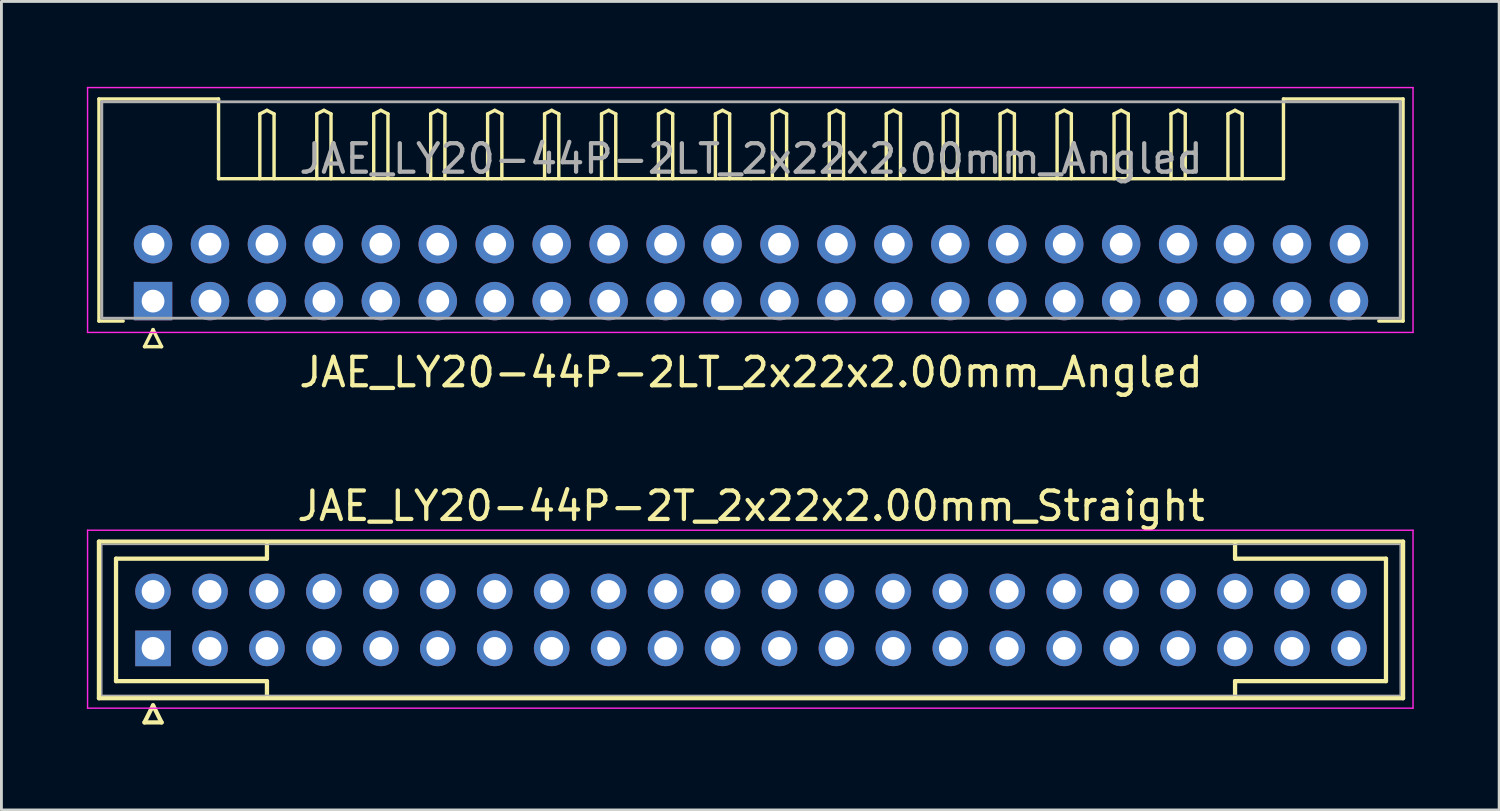
<source format=kicad_pcb>
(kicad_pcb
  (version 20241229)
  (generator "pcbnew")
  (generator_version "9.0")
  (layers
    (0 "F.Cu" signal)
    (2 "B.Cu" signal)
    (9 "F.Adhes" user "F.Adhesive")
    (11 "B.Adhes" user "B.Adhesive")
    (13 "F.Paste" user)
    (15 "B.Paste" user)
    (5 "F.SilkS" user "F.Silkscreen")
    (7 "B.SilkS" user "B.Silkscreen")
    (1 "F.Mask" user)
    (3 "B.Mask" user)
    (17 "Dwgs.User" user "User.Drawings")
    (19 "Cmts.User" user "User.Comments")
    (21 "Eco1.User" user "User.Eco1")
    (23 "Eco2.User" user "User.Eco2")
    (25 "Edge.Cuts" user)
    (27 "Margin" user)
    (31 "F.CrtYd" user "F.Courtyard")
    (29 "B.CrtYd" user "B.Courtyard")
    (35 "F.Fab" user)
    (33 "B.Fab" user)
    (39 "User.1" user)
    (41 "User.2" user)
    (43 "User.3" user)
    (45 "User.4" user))
  (footprint "JAE_LY20-44P-2T_2x22x2.00mm_Straight"
    (layer "F.Cu")
    (at 2.325 19.721)
    (property "Reference" "JAE_LY20-44P-2T_2x22x2.00mm_Straight" (at 21 -5 0) (layer "F.SilkS") (effects (font (size 1 1) (thickness 0.15))))
    (attr through_hole)
    (fp_line (start -1.9 -3.75) (end -1.9 1.75) (stroke (width 0.15) (type solid)) (layer "F.SilkS"))
    (fp_line (start -1.9 1.75) (end 43.9 1.75) (stroke (width 0.15) (type solid)) (layer "F.SilkS"))
    (fp_line (start -1.3 -3.15) (end 4 -3.15) (stroke (width 0.15) (type solid)) (layer "F.SilkS"))
    (fp_line (start -1.3 1.15) (end -1.3 -3.15) (stroke (width 0.15) (type solid)) (layer "F.SilkS"))
    (fp_line (start -0.3 2.6) (end 0.3 2.6) (stroke (width 0.15) (type solid)) (layer "F.SilkS"))
    (fp_line (start 0 2) (end -0.3 2.6) (stroke (width 0.15) (type solid)) (layer "F.SilkS"))
    (fp_line (start 0.3 2.6) (end 0 2) (stroke (width 0.15) (type solid)) (layer "F.SilkS"))
    (fp_line (start 4 -3.15) (end 4 -3.65) (stroke (width 0.15) (type solid)) (layer "F.SilkS"))
    (fp_line (start 4 1.15) (end -1.3 1.15) (stroke (width 0.15) (type solid)) (layer "F.SilkS"))
    (fp_line (start 4 1.65) (end 4 1.15) (stroke (width 0.15) (type solid)) (layer "F.SilkS"))
    (fp_line (start 38 -3.15) (end 38 -3.65) (stroke (width 0.15) (type solid)) (layer "F.SilkS"))
    (fp_line (start 38 1.15) (end 43.3 1.15) (stroke (width 0.15) (type solid)) (layer "F.SilkS"))
    (fp_line (start 38 1.65) (end 38 1.15) (stroke (width 0.15) (type solid)) (layer "F.SilkS"))
    (fp_line (start 43.3 -3.15) (end 38 -3.15) (stroke (width 0.15) (type solid)) (layer "F.SilkS"))
    (fp_line (start 43.3 1.15) (end 43.3 -3.15) (stroke (width 0.15) (type solid)) (layer "F.SilkS"))
    (fp_line (start 43.9 -3.75) (end -1.9 -3.75) (stroke (width 0.15) (type solid)) (layer "F.SilkS"))
    (fp_line (start 43.9 1.75) (end 43.9 -3.75) (stroke (width 0.15) (type solid)) (layer "F.SilkS"))
    (fp_line (start -2.3 -4.15) (end -2.3 2.1) (stroke (width 0.05) (type solid)) (layer "F.CrtYd"))
    (fp_line (start -2.3 2.1) (end 44.25 2.1) (stroke (width 0.05) (type solid)) (layer "F.CrtYd"))
    (fp_line (start 44.25 -4.15) (end -2.3 -4.15) (stroke (width 0.05) (type solid)) (layer "F.CrtYd"))
    (fp_line (start 44.25 2.1) (end 44.25 -4.15) (stroke (width 0.05) (type solid)) (layer "F.CrtYd"))
    (fp_line (start -1.8 -3.65) (end -1.8 1.65) (stroke (width 0.05) (type solid)) (layer "F.Fab"))
    (fp_line (start -1.8 1.65) (end 43.8 1.65) (stroke (width 0.05) (type solid)) (layer "F.Fab"))
    (fp_line (start 43.8 -3.65) (end -1.8 -3.65) (stroke (width 0.05) (type solid)) (layer "F.Fab"))
    (fp_line (start 43.8 1.65) (end 43.8 -3.65) (stroke (width 0.05) (type solid)) (layer "F.Fab"))
    (pad "1" thru_hole rect (at 0 0) (size 1.25 1.25) (drill 0.8) (layers "*.Cu" "*.Mask"))
    (pad "2" thru_hole circle (at 2 0) (size 1.25 1.25) (drill 0.8) (layers "*.Cu" "*.Mask"))
    (pad "3" thru_hole circle (at 4 0) (size 1.25 1.25) (drill 0.8) (layers "*.Cu" "*.Mask"))
    (pad "4" thru_hole circle (at 6 0) (size 1.25 1.25) (drill 0.8) (layers "*.Cu" "*.Mask"))
    (pad "5" thru_hole circle (at 8 0) (size 1.25 1.25) (drill 0.8) (layers "*.Cu" "*.Mask"))
    (pad "6" thru_hole circle (at 10 0) (size 1.25 1.25) (drill 0.8) (layers "*.Cu" "*.Mask"))
    (pad "7" thru_hole circle (at 12 0) (size 1.25 1.25) (drill 0.8) (layers "*.Cu" "*.Mask"))
    (pad "8" thru_hole circle (at 14 0) (size 1.25 1.25) (drill 0.8) (layers "*.Cu" "*.Mask"))
    (pad "9" thru_hole circle (at 16 0) (size 1.25 1.25) (drill 0.8) (layers "*.Cu" "*.Mask"))
    (pad "10" thru_hole circle (at 18 0) (size 1.25 1.25) (drill 0.8) (layers "*.Cu" "*.Mask"))
    (pad "11" thru_hole circle (at 20 0) (size 1.25 1.25) (drill 0.8) (layers "*.Cu" "*.Mask"))
    (pad "12" thru_hole circle (at 22 0) (size 1.25 1.25) (drill 0.8) (layers "*.Cu" "*.Mask"))
    (pad "13" thru_hole circle (at 24 0) (size 1.25 1.25) (drill 0.8) (layers "*.Cu" "*.Mask"))
    (pad "14" thru_hole circle (at 26 0) (size 1.25 1.25) (drill 0.8) (layers "*.Cu" "*.Mask"))
    (pad "15" thru_hole circle (at 28 0) (size 1.25 1.25) (drill 0.8) (layers "*.Cu" "*.Mask"))
    (pad "16" thru_hole circle (at 30 0) (size 1.25 1.25) (drill 0.8) (layers "*.Cu" "*.Mask"))
    (pad "17" thru_hole circle (at 32 0) (size 1.25 1.25) (drill 0.8) (layers "*.Cu" "*.Mask"))
    (pad "18" thru_hole circle (at 34 0) (size 1.25 1.25) (drill 0.8) (layers "*.Cu" "*.Mask"))
    (pad "19" thru_hole circle (at 36 0) (size 1.25 1.25) (drill 0.8) (layers "*.Cu" "*.Mask"))
    (pad "20" thru_hole circle (at 38 0) (size 1.25 1.25) (drill 0.8) (layers "*.Cu" "*.Mask"))
    (pad "21" thru_hole circle (at 40 0) (size 1.25 1.25) (drill 0.8) (layers "*.Cu" "*.Mask"))
    (pad "22" thru_hole circle (at 42 0) (size 1.25 1.25) (drill 0.8) (layers "*.Cu" "*.Mask"))
    (pad "23" thru_hole circle (at 0 -2) (size 1.25 1.25) (drill 0.8) (layers "*.Cu" "*.Mask"))
    (pad "24" thru_hole circle (at 2 -2) (size 1.25 1.25) (drill 0.8) (layers "*.Cu" "*.Mask"))
    (pad "25" thru_hole circle (at 4 -2) (size 1.25 1.25) (drill 0.8) (layers "*.Cu" "*.Mask"))
    (pad "26" thru_hole circle (at 6 -2) (size 1.25 1.25) (drill 0.8) (layers "*.Cu" "*.Mask"))
    (pad "27" thru_hole circle (at 8 -2) (size 1.25 1.25) (drill 0.8) (layers "*.Cu" "*.Mask"))
    (pad "28" thru_hole circle (at 10 -2) (size 1.25 1.25) (drill 0.8) (layers "*.Cu" "*.Mask"))
    (pad "29" thru_hole circle (at 12 -2) (size 1.25 1.25) (drill 0.8) (layers "*.Cu" "*.Mask"))
    (pad "30" thru_hole circle (at 14 -2) (size 1.25 1.25) (drill 0.8) (layers "*.Cu" "*.Mask"))
    (pad "31" thru_hole circle (at 16 -2) (size 1.25 1.25) (drill 0.8) (layers "*.Cu" "*.Mask"))
    (pad "32" thru_hole circle (at 18 -2) (size 1.25 1.25) (drill 0.8) (layers "*.Cu" "*.Mask"))
    (pad "33" thru_hole circle (at 20 -2) (size 1.25 1.25) (drill 0.8) (layers "*.Cu" "*.Mask"))
    (pad "34" thru_hole circle (at 22 -2) (size 1.25 1.25) (drill 0.8) (layers "*.Cu" "*.Mask"))
    (pad "35" thru_hole circle (at 24 -2) (size 1.25 1.25) (drill 0.8) (layers "*.Cu" "*.Mask"))
    (pad "36" thru_hole circle (at 26 -2) (size 1.25 1.25) (drill 0.8) (layers "*.Cu" "*.Mask"))
    (pad "37" thru_hole circle (at 28 -2) (size 1.25 1.25) (drill 0.8) (layers "*.Cu" "*.Mask"))
    (pad "38" thru_hole circle (at 30 -2) (size 1.25 1.25) (drill 0.8) (layers "*.Cu" "*.Mask"))
    (pad "39" thru_hole circle (at 32 -2) (size 1.25 1.25) (drill 0.8) (layers "*.Cu" "*.Mask"))
    (pad "40" thru_hole circle (at 34 -2) (size 1.25 1.25) (drill 0.8) (layers "*.Cu" "*.Mask"))
    (pad "41" thru_hole circle (at 36 -2) (size 1.25 1.25) (drill 0.8) (layers "*.Cu" "*.Mask"))
    (pad "42" thru_hole circle (at 38 -2) (size 1.25 1.25) (drill 0.8) (layers "*.Cu" "*.Mask"))
    (pad "43" thru_hole circle (at 40 -2) (size 1.25 1.25) (drill 0.8) (layers "*.Cu" "*.Mask"))
    (pad "44" thru_hole circle (at 42 -2) (size 1.25 1.25) (drill 0.8) (layers "*.Cu" "*.Mask")))
  (footprint "JAE_LY20-44P-2LT_2x22x2.00mm_Angled"
    (layer "F.Cu")
    (at 2.325 7.525)
    (property "Reference" "JAE_LY20-44P-2LT_2x22x2.00mm_Angled" (at 21 2.5 0) (layer "F.SilkS") (effects (font (size 1 1) (thickness 0.15))))
    (attr through_hole)
    (fp_line (start -1.9 -7.1) (end 2.3 -7.1) (stroke (width 0.12) (type solid)) (layer "F.SilkS"))
    (fp_line (start -1.9 0.7) (end -1.9 -7.1) (stroke (width 0.12) (type solid)) (layer "F.SilkS"))
    (fp_line (start -1.05 0.7) (end -1.9 0.7) (stroke (width 0.12) (type solid)) (layer "F.SilkS"))
    (fp_line (start -0.3 1.6) (end 0.3 1.6) (stroke (width 0.12) (type solid)) (layer "F.SilkS"))
    (fp_line (start 0 1) (end -0.3 1.6) (stroke (width 0.12) (type solid)) (layer "F.SilkS"))
    (fp_line (start 0.3 1.6) (end 0 1) (stroke (width 0.12) (type solid)) (layer "F.SilkS"))
    (fp_line (start 2.3 -7.1) (end 2.3 -4.3) (stroke (width 0.12) (type solid)) (layer "F.SilkS"))
    (fp_line (start 2.3 -4.3) (end 21 -4.3) (stroke (width 0.12) (type solid)) (layer "F.SilkS"))
    (fp_line (start 3.75 -6.575) (end 4 -6.7) (stroke (width 0.12) (type solid)) (layer "F.SilkS"))
    (fp_line (start 3.75 -4.3) (end 3.75 -6.575) (stroke (width 0.12) (type solid)) (layer "F.SilkS"))
    (fp_line (start 4 -6.7) (end 4.25 -6.575) (stroke (width 0.12) (type solid)) (layer "F.SilkS"))
    (fp_line (start 4.25 -6.575) (end 4.25 -4.3) (stroke (width 0.12) (type solid)) (layer "F.SilkS"))
    (fp_line (start 5.75 -6.575) (end 6 -6.7) (stroke (width 0.12) (type solid)) (layer "F.SilkS"))
    (fp_line (start 5.75 -4.3) (end 5.75 -6.575) (stroke (width 0.12) (type solid)) (layer "F.SilkS"))
    (fp_line (start 6 -6.7) (end 6.25 -6.575) (stroke (width 0.12) (type solid)) (layer "F.SilkS"))
    (fp_line (start 6.25 -6.575) (end 6.25 -4.3) (stroke (width 0.12) (type solid)) (layer "F.SilkS"))
    (fp_line (start 7.75 -6.575) (end 8 -6.7) (stroke (width 0.12) (type solid)) (layer "F.SilkS"))
    (fp_line (start 7.75 -4.3) (end 7.75 -6.575) (stroke (width 0.12) (type solid)) (layer "F.SilkS"))
    (fp_line (start 8 -6.7) (end 8.25 -6.575) (stroke (width 0.12) (type solid)) (layer "F.SilkS"))
    (fp_line (start 8.25 -6.575) (end 8.25 -4.3) (stroke (width 0.12) (type solid)) (layer "F.SilkS"))
    (fp_line (start 9.75 -6.575) (end 10 -6.7) (stroke (width 0.12) (type solid)) (layer "F.SilkS"))
    (fp_line (start 9.75 -4.3) (end 9.75 -6.575) (stroke (width 0.12) (type solid)) (layer "F.SilkS"))
    (fp_line (start 10 -6.7) (end 10.25 -6.575) (stroke (width 0.12) (type solid)) (layer "F.SilkS"))
    (fp_line (start 10.25 -6.575) (end 10.25 -4.3) (stroke (width 0.12) (type solid)) (layer "F.SilkS"))
    (fp_line (start 11.75 -6.575) (end 12 -6.7) (stroke (width 0.12) (type solid)) (layer "F.SilkS"))
    (fp_line (start 11.75 -4.3) (end 11.75 -6.575) (stroke (width 0.12) (type solid)) (layer "F.SilkS"))
    (fp_line (start 12 -6.7) (end 12.25 -6.575) (stroke (width 0.12) (type solid)) (layer "F.SilkS"))
    (fp_line (start 12.25 -6.575) (end 12.25 -4.3) (stroke (width 0.12) (type solid)) (layer "F.SilkS"))
    (fp_line (start 13.75 -6.575) (end 14 -6.7) (stroke (width 0.12) (type solid)) (layer "F.SilkS"))
    (fp_line (start 13.75 -4.3) (end 13.75 -6.575) (stroke (width 0.12) (type solid)) (layer "F.SilkS"))
    (fp_line (start 14 -6.7) (end 14.25 -6.575) (stroke (width 0.12) (type solid)) (layer "F.SilkS"))
    (fp_line (start 14.25 -6.575) (end 14.25 -4.3) (stroke (width 0.12) (type solid)) (layer "F.SilkS"))
    (fp_line (start 15.75 -6.575) (end 16 -6.7) (stroke (width 0.12) (type solid)) (layer "F.SilkS"))
    (fp_line (start 15.75 -4.3) (end 15.75 -6.575) (stroke (width 0.12) (type solid)) (layer "F.SilkS"))
    (fp_line (start 16 -6.7) (end 16.25 -6.575) (stroke (width 0.12) (type solid)) (layer "F.SilkS"))
    (fp_line (start 16.25 -6.575) (end 16.25 -4.3) (stroke (width 0.12) (type solid)) (layer "F.SilkS"))
    (fp_line (start 17.75 -6.575) (end 18 -6.7) (stroke (width 0.12) (type solid)) (layer "F.SilkS"))
    (fp_line (start 17.75 -4.3) (end 17.75 -6.575) (stroke (width 0.12) (type solid)) (layer "F.SilkS"))
    (fp_line (start 18 -6.7) (end 18.25 -6.575) (stroke (width 0.12) (type solid)) (layer "F.SilkS"))
    (fp_line (start 18.25 -6.575) (end 18.25 -4.3) (stroke (width 0.12) (type solid)) (layer "F.SilkS"))
    (fp_line (start 19.75 -6.575) (end 20 -6.7) (stroke (width 0.12) (type solid)) (layer "F.SilkS"))
    (fp_line (start 19.75 -4.3) (end 19.75 -6.575) (stroke (width 0.12) (type solid)) (layer "F.SilkS"))
    (fp_line (start 20 -6.7) (end 20.25 -6.575) (stroke (width 0.12) (type solid)) (layer "F.SilkS"))
    (fp_line (start 20.25 -6.575) (end 20.25 -4.3) (stroke (width 0.12) (type solid)) (layer "F.SilkS"))
    (fp_line (start 21.75 -6.575) (end 22 -6.7) (stroke (width 0.12) (type solid)) (layer "F.SilkS"))
    (fp_line (start 21.75 -4.3) (end 21.75 -6.575) (stroke (width 0.12) (type solid)) (layer "F.SilkS"))
    (fp_line (start 22 -6.7) (end 22.25 -6.575) (stroke (width 0.12) (type solid)) (layer "F.SilkS"))
    (fp_line (start 22.25 -6.575) (end 22.25 -4.3) (stroke (width 0.12) (type solid)) (layer "F.SilkS"))
    (fp_line (start 23.75 -6.575) (end 24 -6.7) (stroke (width 0.12) (type solid)) (layer "F.SilkS"))
    (fp_line (start 23.75 -4.3) (end 23.75 -6.575) (stroke (width 0.12) (type solid)) (layer "F.SilkS"))
    (fp_line (start 24 -6.7) (end 24.25 -6.575) (stroke (width 0.12) (type solid)) (layer "F.SilkS"))
    (fp_line (start 24.25 -6.575) (end 24.25 -4.3) (stroke (width 0.12) (type solid)) (layer "F.SilkS"))
    (fp_line (start 25.75 -6.575) (end 26 -6.7) (stroke (width 0.12) (type solid)) (layer "F.SilkS"))
    (fp_line (start 25.75 -4.3) (end 25.75 -6.575) (stroke (width 0.12) (type solid)) (layer "F.SilkS"))
    (fp_line (start 26 -6.7) (end 26.25 -6.575) (stroke (width 0.12) (type solid)) (layer "F.SilkS"))
    (fp_line (start 26.25 -6.575) (end 26.25 -4.3) (stroke (width 0.12) (type solid)) (layer "F.SilkS"))
    (fp_line (start 27.75 -6.575) (end 28 -6.7) (stroke (width 0.12) (type solid)) (layer "F.SilkS"))
    (fp_line (start 27.75 -4.3) (end 27.75 -6.575) (stroke (width 0.12) (type solid)) (layer "F.SilkS"))
    (fp_line (start 28 -6.7) (end 28.25 -6.575) (stroke (width 0.12) (type solid)) (layer "F.SilkS"))
    (fp_line (start 28.25 -6.575) (end 28.25 -4.3) (stroke (width 0.12) (type solid)) (layer "F.SilkS"))
    (fp_line (start 29.75 -6.575) (end 30 -6.7) (stroke (width 0.12) (type solid)) (layer "F.SilkS"))
    (fp_line (start 29.75 -4.3) (end 29.75 -6.575) (stroke (width 0.12) (type solid)) (layer "F.SilkS"))
    (fp_line (start 30 -6.7) (end 30.25 -6.575) (stroke (width 0.12) (type solid)) (layer "F.SilkS"))
    (fp_line (start 30.25 -6.575) (end 30.25 -4.3) (stroke (width 0.12) (type solid)) (layer "F.SilkS"))
    (fp_line (start 31.75 -6.575) (end 32 -6.7) (stroke (width 0.12) (type solid)) (layer "F.SilkS"))
    (fp_line (start 31.75 -4.3) (end 31.75 -6.575) (stroke (width 0.12) (type solid)) (layer "F.SilkS"))
    (fp_line (start 32 -6.7) (end 32.25 -6.575) (stroke (width 0.12) (type solid)) (layer "F.SilkS"))
    (fp_line (start 32.25 -6.575) (end 32.25 -4.3) (stroke (width 0.12) (type solid)) (layer "F.SilkS"))
    (fp_line (start 33.75 -6.575) (end 34 -6.7) (stroke (width 0.12) (type solid)) (layer "F.SilkS"))
    (fp_line (start 33.75 -4.3) (end 33.75 -6.575) (stroke (width 0.12) (type solid)) (layer "F.SilkS"))
    (fp_line (start 34 -6.7) (end 34.25 -6.575) (stroke (width 0.12) (type solid)) (layer "F.SilkS"))
    (fp_line (start 34.25 -6.575) (end 34.25 -4.3) (stroke (width 0.12) (type solid)) (layer "F.SilkS"))
    (fp_line (start 35.75 -6.575) (end 36 -6.7) (stroke (width 0.12) (type solid)) (layer "F.SilkS"))
    (fp_line (start 35.75 -4.3) (end 35.75 -6.575) (stroke (width 0.12) (type solid)) (layer "F.SilkS"))
    (fp_line (start 36 -6.7) (end 36.25 -6.575) (stroke (width 0.12) (type solid)) (layer "F.SilkS"))
    (fp_line (start 36.25 -6.575) (end 36.25 -4.3) (stroke (width 0.12) (type solid)) (layer "F.SilkS"))
    (fp_line (start 37.75 -6.575) (end 38 -6.7) (stroke (width 0.12) (type solid)) (layer "F.SilkS"))
    (fp_line (start 37.75 -4.3) (end 37.75 -6.575) (stroke (width 0.12) (type solid)) (layer "F.SilkS"))
    (fp_line (start 38 -6.7) (end 38.25 -6.575) (stroke (width 0.12) (type solid)) (layer "F.SilkS"))
    (fp_line (start 38.25 -6.575) (end 38.25 -4.3) (stroke (width 0.12) (type solid)) (layer "F.SilkS"))
    (fp_line (start 39.7 -7.1) (end 39.7 -4.3) (stroke (width 0.12) (type solid)) (layer "F.SilkS"))
    (fp_line (start 39.7 -4.3) (end 21 -4.3) (stroke (width 0.12) (type solid)) (layer "F.SilkS"))
    (fp_line (start 43.05 0.7) (end 43.9 0.7) (stroke (width 0.12) (type solid)) (layer "F.SilkS"))
    (fp_line (start 43.9 -7.1) (end 39.7 -7.1) (stroke (width 0.12) (type solid)) (layer "F.SilkS"))
    (fp_line (start 43.9 0.7) (end 43.9 -7.1) (stroke (width 0.12) (type solid)) (layer "F.SilkS"))
    (fp_line (start -2.3 -7.5) (end -2.3 1.1) (stroke (width 0.05) (type solid)) (layer "F.CrtYd"))
    (fp_line (start -2.3 1.1) (end 44.25 1.1) (stroke (width 0.05) (type solid)) (layer "F.CrtYd"))
    (fp_line (start 44.25 -7.5) (end -2.3 -7.5) (stroke (width 0.05) (type solid)) (layer "F.CrtYd"))
    (fp_line (start 44.25 1.1) (end 44.25 -7.5) (stroke (width 0.05) (type solid)) (layer "F.CrtYd"))
    (fp_line (start -1.8 -7) (end -1.8 0.6) (stroke (width 0.1) (type solid)) (layer "F.Fab"))
    (fp_line (start -1.8 0.6) (end 43.8 0.6) (stroke (width 0.1) (type solid)) (layer "F.Fab"))
    (fp_line (start 43.8 -7) (end -1.8 -7) (stroke (width 0.1) (type solid)) (layer "F.Fab"))
    (fp_line (start 43.8 0.6) (end 43.8 -7) (stroke (width 0.1) (type solid)) (layer "F.Fab"))
    (fp_text user "${REFERENCE}" (at 21 -5 0) (layer "F.Fab") (effects (font (size 1 1) (thickness 0.15))))
    (pad "1" thru_hole rect (at 0 0) (size 1.35 1.35) (drill 0.8) (layers "*.Cu" "*.Mask"))
    (pad "2" thru_hole circle (at 2 0) (size 1.35 1.35) (drill 0.8) (layers "*.Cu" "*.Mask"))
    (pad "3" thru_hole circle (at 4 0) (size 1.35 1.35) (drill 0.8) (layers "*.Cu" "*.Mask"))
    (pad "4" thru_hole circle (at 6 0) (size 1.35 1.35) (drill 0.8) (layers "*.Cu" "*.Mask"))
    (pad "5" thru_hole circle (at 8 0) (size 1.35 1.35) (drill 0.8) (layers "*.Cu" "*.Mask"))
    (pad "6" thru_hole circle (at 10 0) (size 1.35 1.35) (drill 0.8) (layers "*.Cu" "*.Mask"))
    (pad "7" thru_hole circle (at 12 0) (size 1.35 1.35) (drill 0.8) (layers "*.Cu" "*.Mask"))
    (pad "8" thru_hole circle (at 14 0) (size 1.35 1.35) (drill 0.8) (layers "*.Cu" "*.Mask"))
    (pad "9" thru_hole circle (at 16 0) (size 1.35 1.35) (drill 0.8) (layers "*.Cu" "*.Mask"))
    (pad "10" thru_hole circle (at 18 0) (size 1.35 1.35) (drill 0.8) (layers "*.Cu" "*.Mask"))
    (pad "11" thru_hole circle (at 20 0) (size 1.35 1.35) (drill 0.8) (layers "*.Cu" "*.Mask"))
    (pad "12" thru_hole circle (at 22 0) (size 1.35 1.35) (drill 0.8) (layers "*.Cu" "*.Mask"))
    (pad "13" thru_hole circle (at 24 0) (size 1.35 1.35) (drill 0.8) (layers "*.Cu" "*.Mask"))
    (pad "14" thru_hole circle (at 26 0) (size 1.35 1.35) (drill 0.8) (layers "*.Cu" "*.Mask"))
    (pad "15" thru_hole circle (at 28 0) (size 1.35 1.35) (drill 0.8) (layers "*.Cu" "*.Mask"))
    (pad "16" thru_hole circle (at 30 0) (size 1.35 1.35) (drill 0.8) (layers "*.Cu" "*.Mask"))
    (pad "17" thru_hole circle (at 32 0) (size 1.35 1.35) (drill 0.8) (layers "*.Cu" "*.Mask"))
    (pad "18" thru_hole circle (at 34 0) (size 1.35 1.35) (drill 0.8) (layers "*.Cu" "*.Mask"))
    (pad "19" thru_hole circle (at 36 0) (size 1.35 1.35) (drill 0.8) (layers "*.Cu" "*.Mask"))
    (pad "20" thru_hole circle (at 38 0) (size 1.35 1.35) (drill 0.8) (layers "*.Cu" "*.Mask"))
    (pad "21" thru_hole circle (at 40 0) (size 1.35 1.35) (drill 0.8) (layers "*.Cu" "*.Mask"))
    (pad "22" thru_hole circle (at 42 0) (size 1.35 1.35) (drill 0.8) (layers "*.Cu" "*.Mask"))
    (pad "23" thru_hole circle (at 0 -2) (size 1.35 1.35) (drill 0.8) (layers "*.Cu" "*.Mask"))
    (pad "24" thru_hole circle (at 2 -2) (size 1.35 1.35) (drill 0.8) (layers "*.Cu" "*.Mask"))
    (pad "25" thru_hole circle (at 4 -2) (size 1.35 1.35) (drill 0.8) (layers "*.Cu" "*.Mask"))
    (pad "26" thru_hole circle (at 6 -2) (size 1.35 1.35) (drill 0.8) (layers "*.Cu" "*.Mask"))
    (pad "27" thru_hole circle (at 8 -2) (size 1.35 1.35) (drill 0.8) (layers "*.Cu" "*.Mask"))
    (pad "28" thru_hole circle (at 10 -2) (size 1.35 1.35) (drill 0.8) (layers "*.Cu" "*.Mask"))
    (pad "29" thru_hole circle (at 12 -2) (size 1.35 1.35) (drill 0.8) (layers "*.Cu" "*.Mask"))
    (pad "30" thru_hole circle (at 14 -2) (size 1.35 1.35) (drill 0.8) (layers "*.Cu" "*.Mask"))
    (pad "31" thru_hole circle (at 16 -2) (size 1.35 1.35) (drill 0.8) (layers "*.Cu" "*.Mask"))
    (pad "32" thru_hole circle (at 18 -2) (size 1.35 1.35) (drill 0.8) (layers "*.Cu" "*.Mask"))
    (pad "33" thru_hole circle (at 20 -2) (size 1.35 1.35) (drill 0.8) (layers "*.Cu" "*.Mask"))
    (pad "34" thru_hole circle (at 22 -2) (size 1.35 1.35) (drill 0.8) (layers "*.Cu" "*.Mask"))
    (pad "35" thru_hole circle (at 24 -2) (size 1.35 1.35) (drill 0.8) (layers "*.Cu" "*.Mask"))
    (pad "36" thru_hole circle (at 26 -2) (size 1.35 1.35) (drill 0.8) (layers "*.Cu" "*.Mask"))
    (pad "37" thru_hole circle (at 28 -2) (size 1.35 1.35) (drill 0.8) (layers "*.Cu" "*.Mask"))
    (pad "38" thru_hole circle (at 30 -2) (size 1.35 1.35) (drill 0.8) (layers "*.Cu" "*.Mask"))
    (pad "39" thru_hole circle (at 32 -2) (size 1.35 1.35) (drill 0.8) (layers "*.Cu" "*.Mask"))
    (pad "40" thru_hole circle (at 34 -2) (size 1.35 1.35) (drill 0.8) (layers "*.Cu" "*.Mask"))
    (pad "41" thru_hole circle (at 36 -2) (size 1.35 1.35) (drill 0.8) (layers "*.Cu" "*.Mask"))
    (pad "42" thru_hole circle (at 38 -2) (size 1.35 1.35) (drill 0.8) (layers "*.Cu" "*.Mask"))
    (pad "43" thru_hole circle (at 40 -2) (size 1.35 1.35) (drill 0.8) (layers "*.Cu" "*.Mask"))
    (pad "44" thru_hole circle (at 42 -2) (size 1.35 1.35) (drill 0.8) (layers "*.Cu" "*.Mask")))
  (gr_rect
    (start -3 -3)
    (end 49.6 25.396)
    (stroke (width 0.1) (type default))
    (fill no)
    (layer "Edge.Cuts")))
</source>
